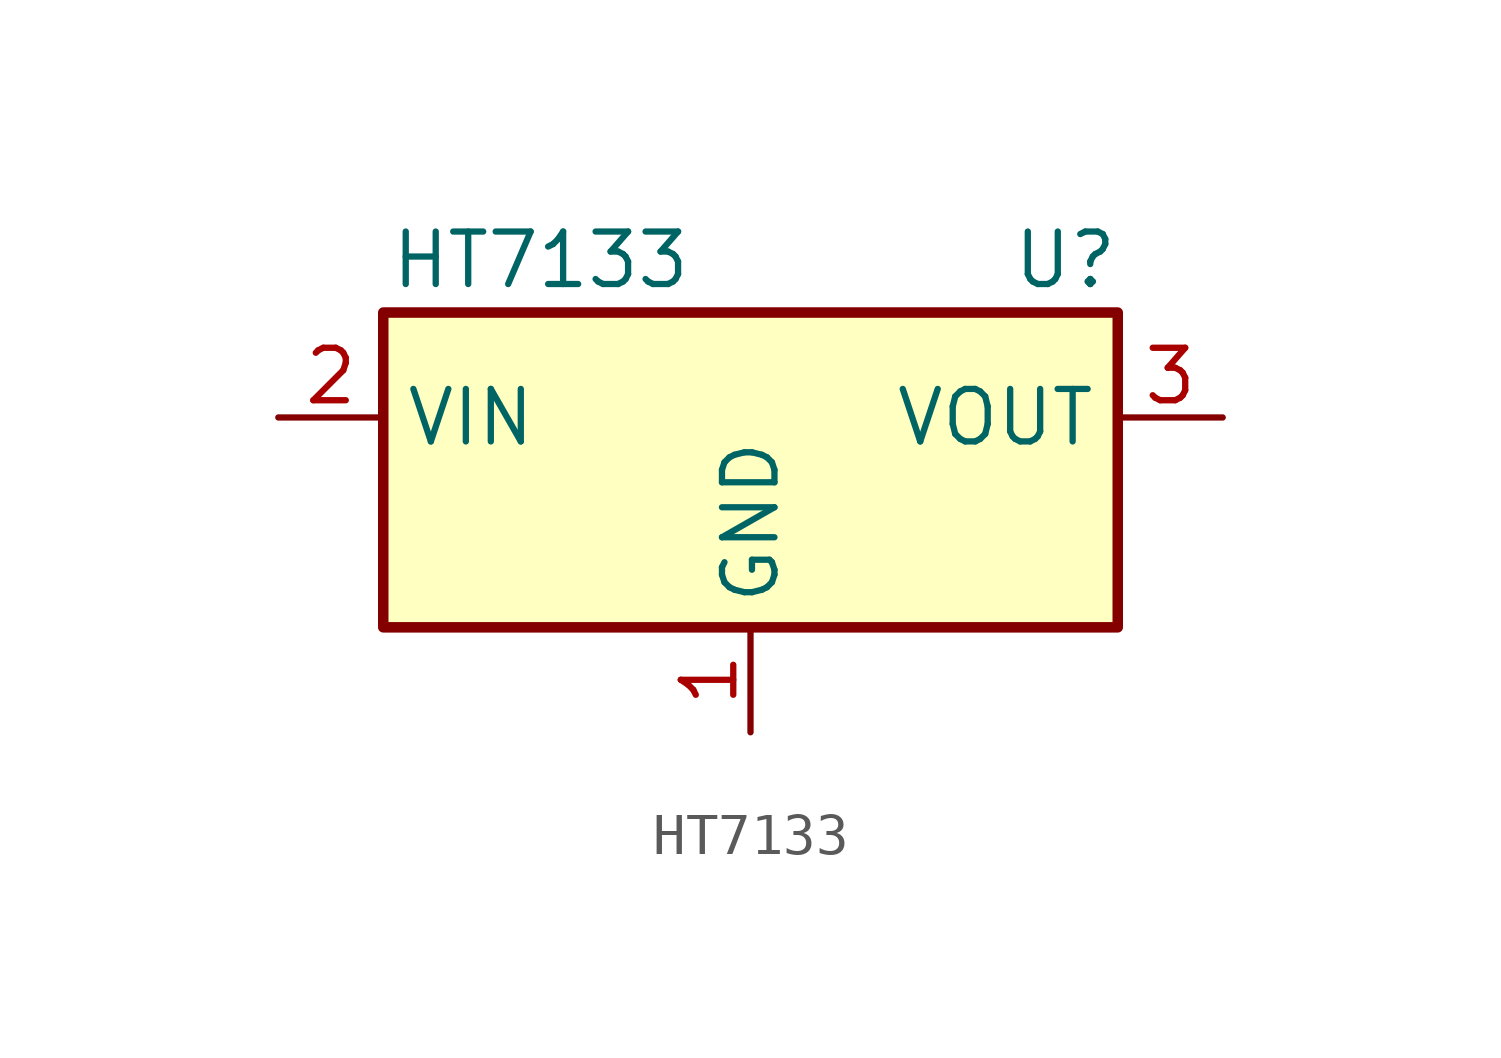
<source format=kicad_sym>
(kicad_symbol_lib
  (version 20211014)
  (generator kicad_symbol_editor)
  (symbol "HT7133"
    (property "Reference" "U"
      (at 7.62 3.81 0)
      (effects (font (size 1.27 1.27))))
    (property "Value" "HT7133"
      (at -5.08 3.81 0)
      (effects (font (size 1.27 1.27))))
    (symbol "HT7133_0_1"
      (rectangle (start -8.89 2.54) (end 8.89 -5.08) (stroke (width 0.254) (type default) (color 0 0 0 0)) (fill (type background))))
    (symbol "HT7133_1_1"
      (pin power_in line (at 0 -7.62 90) (length 2.54) (name "GND" (effects (font (size 1.27 1.27)))) (number "1" (effects (font (size 1.27 1.27)))))
      (pin input line (at -11.43 0 0) (length 2.54) (name "VIN" (effects (font (size 1.27 1.27)))) (number "2" (effects (font (size 1.27 1.27)))))
      (pin power_out line (at 11.43 0 180) (length 2.54) (name "VOUT" (effects (font (size 1.27 1.27)))) (number "3" (effects (font (size 1.27 1.27))))))))
</source>
